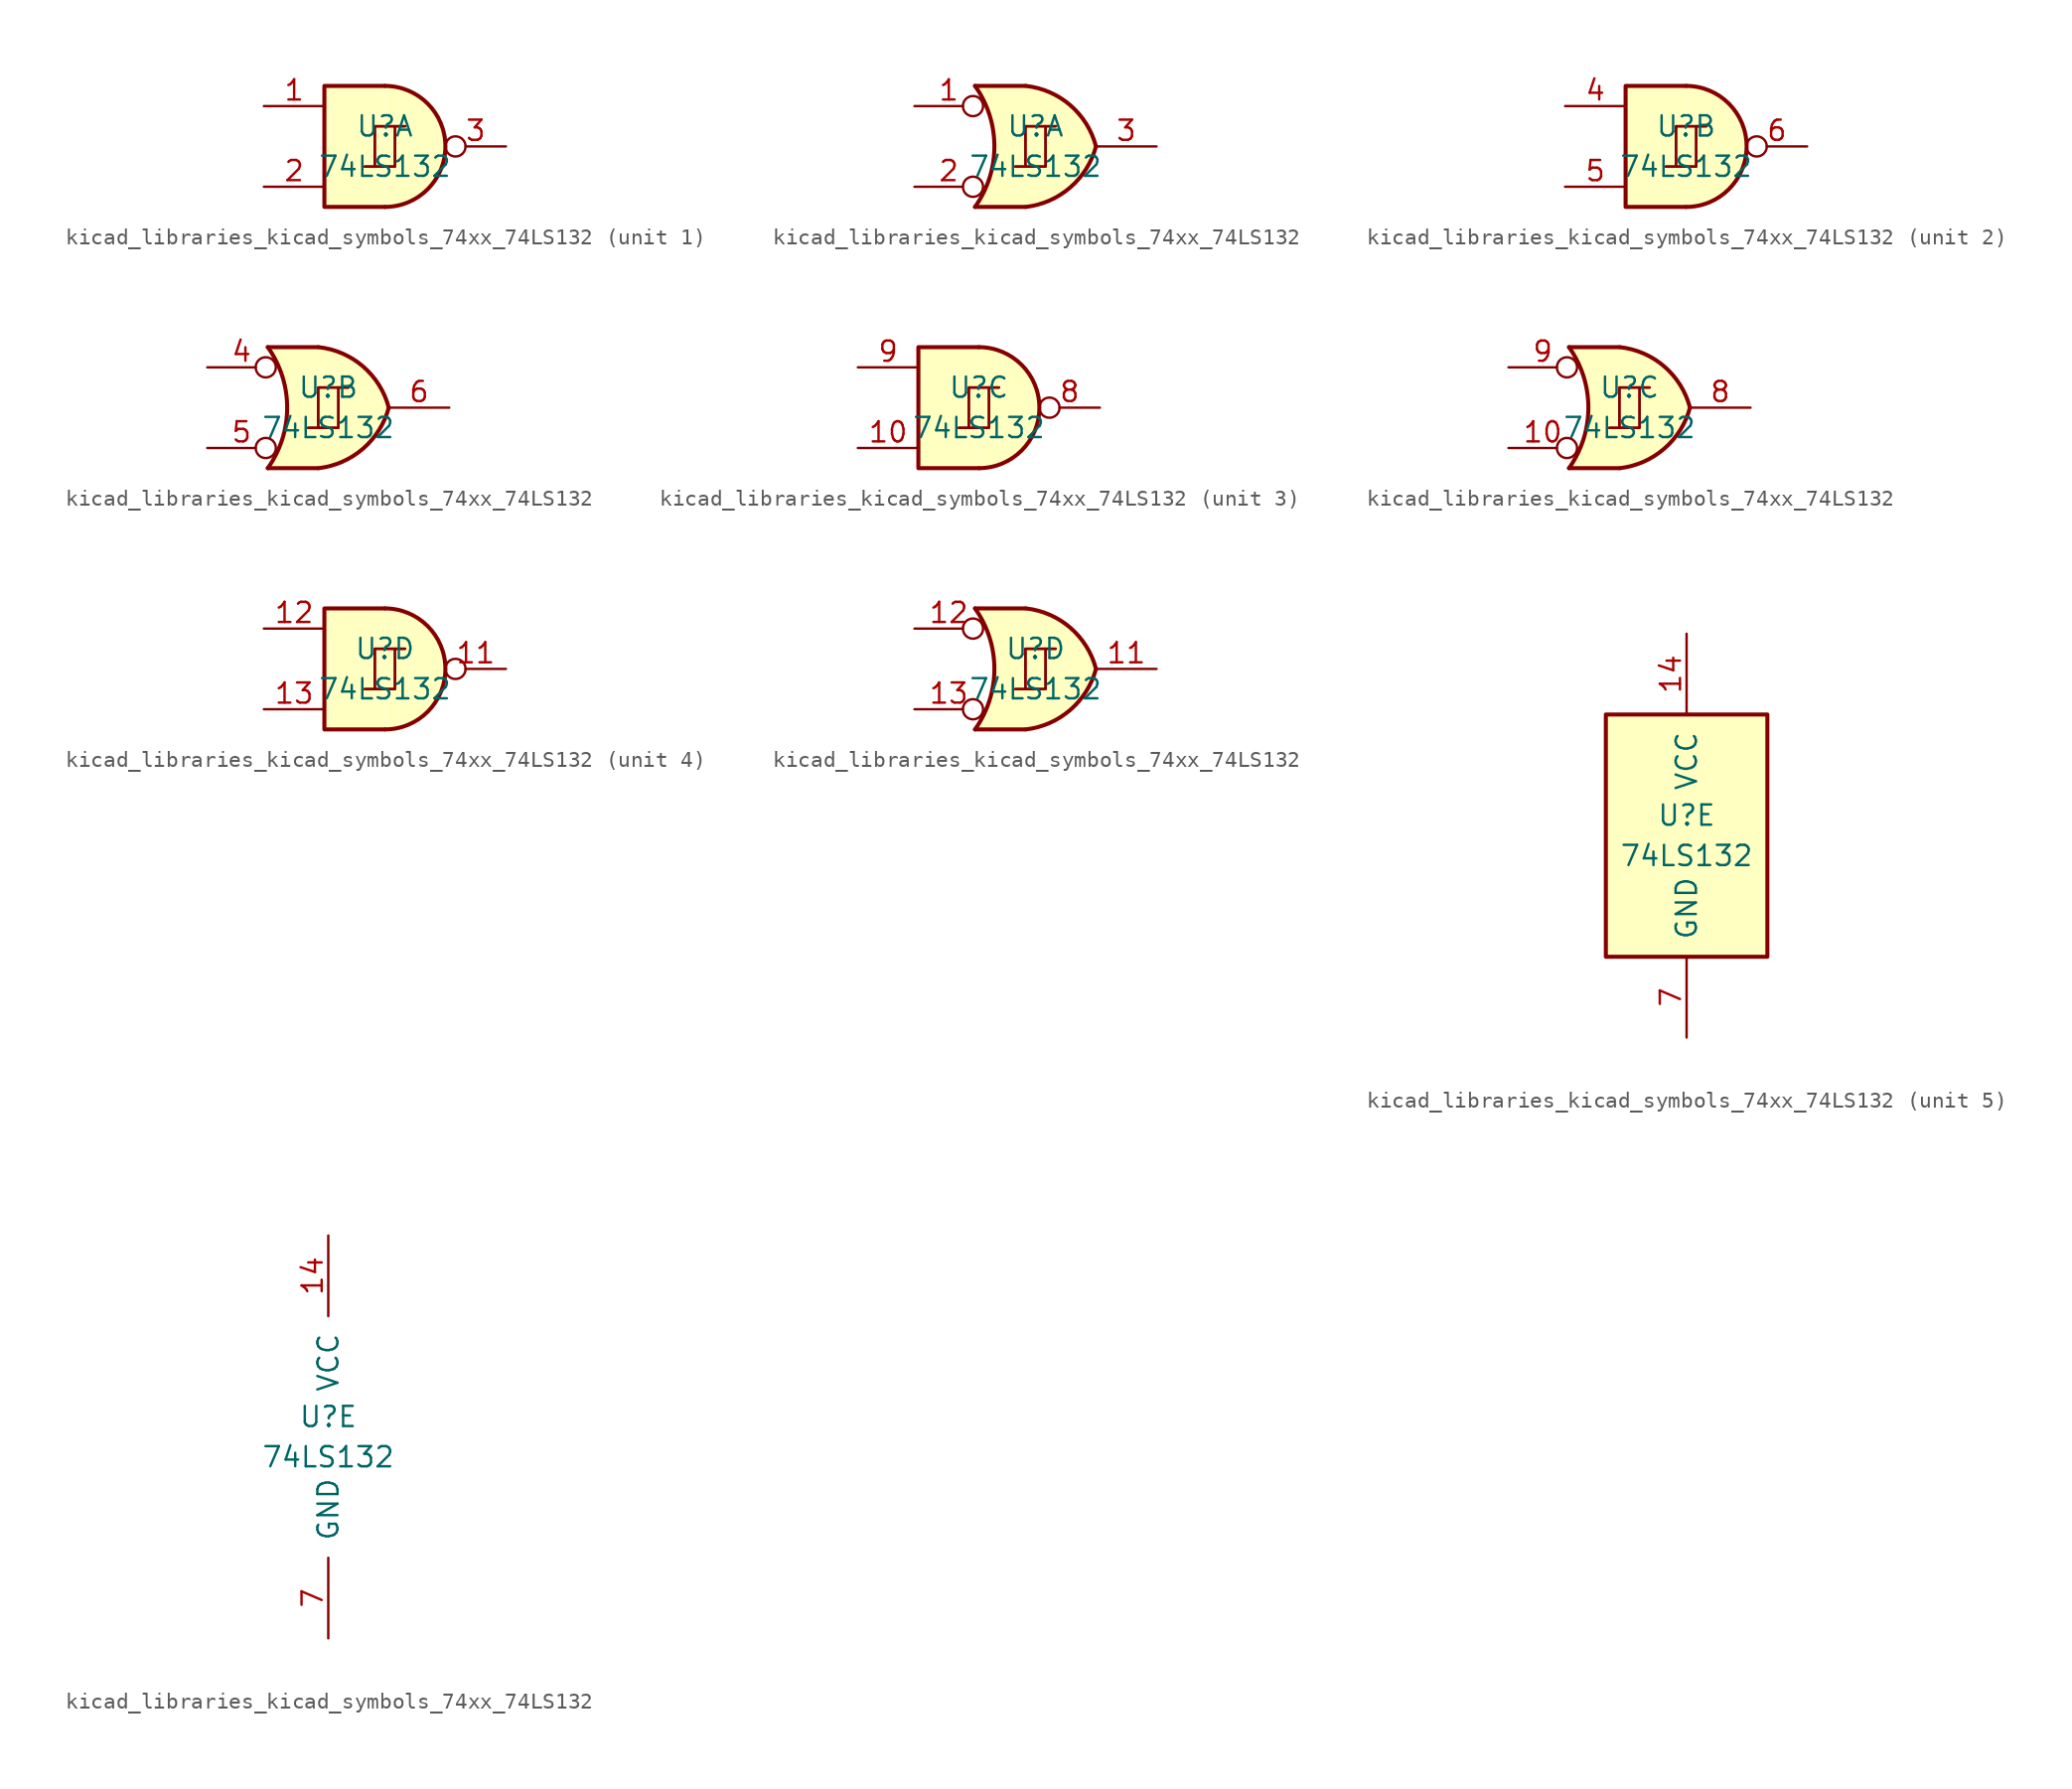
<source format=kicad_sym>
(kicad_symbol_lib
  (version 20220914)
  (generator kicad_symbol_editor)
  (symbol "kicad_libraries_kicad_symbols_74xx_74LS132"
    (pin_names
      (offset 1.016))
    (property "Reference" "U"
      (at 0 1.27 0)
      (effects (font (size 1.27 1.27))))
    (property "Value" "74LS132"
      (at 0 -1.27 0)
      (effects (font (size 1.27 1.27))))
    (property "ki_locked" ""
      (at 0 0 0)
      (effects (font (size 1.27 1.27))))
    (symbol "kicad_libraries_kicad_symbols_74xx_74LS132_1_0"
      (polyline (pts (xy -0.635 -1.27) (xy -0.635 1.27) (xy 0.635 1.27)) (stroke (width 0) (type default)) (fill (type none)))
      (polyline (pts (xy -0.635 -1.27) (xy -0.635 1.27) (xy 0.635 1.27)) (stroke (width 0) (type default)) (fill (type none)))
      (polyline (pts (xy -1.27 -1.27) (xy 0.635 -1.27) (xy 0.635 1.27) (xy 1.27 1.27)) (stroke (width 0) (type default)) (fill (type none)))
      (polyline (pts (xy -1.27 -1.27) (xy 0.635 -1.27) (xy 0.635 1.27) (xy 1.27 1.27)) (stroke (width 0) (type default)) (fill (type none))))
    (symbol "kicad_libraries_kicad_symbols_74xx_74LS132_1_1"
      (arc (start 0 -3.81) (mid 3.7934 0) (end 0 3.81) (stroke (width 0.254) (type default)) (fill (type background)))
      (polyline (pts (xy 0 3.81) (xy -3.81 3.81) (xy -3.81 -3.81) (xy 0 -3.81)) (stroke (width 0.254) (type default)) (fill (type background)))
      (pin input line (at -7.62 2.54 0) (length 3.81) (name "~" (effects (font (size 1.27 1.27)))) (number "1" (effects (font (size 1.27 1.27)))))
      (pin input line (at -7.62 -2.54 0) (length 3.81) (name "~" (effects (font (size 1.27 1.27)))) (number "2" (effects (font (size 1.27 1.27)))))
      (pin output inverted (at 7.62 0 180) (length 3.81) (name "~" (effects (font (size 1.27 1.27)))) (number "3" (effects (font (size 1.27 1.27))))))
    (symbol "kicad_libraries_kicad_symbols_74xx_74LS132_1_2"
      (arc (start -3.81 -3.81) (mid -2.589 0) (end -3.81 3.81) (stroke (width 0.254) (type default)) (fill (type none)))
      (arc (start -0.6096 -3.81) (mid 2.1842 -2.5851) (end 3.81 0) (stroke (width 0.254) (type default)) (fill (type background)))
      (polyline (pts (xy -3.81 -3.81) (xy -0.635 -3.81)) (stroke (width 0.254) (type default)) (fill (type background)))
      (polyline (pts (xy -3.81 3.81) (xy -0.635 3.81)) (stroke (width 0.254) (type default)) (fill (type background)))
      (polyline (pts (xy -0.635 3.81) (xy -3.81 3.81) (xy -3.81 3.81) (xy -3.556 3.404) (xy -3.023 2.261) (xy -2.692 1.041) (xy -2.616 -0.254) (xy -2.769 -1.499) (xy -3.175 -2.718) (xy -3.81 -3.81) (xy -3.81 -3.81) (xy -0.635 -3.81)) (stroke (width -25.4) (type default)) (fill (type background)))
      (arc (start 3.81 0) (mid 2.1915 2.5936) (end -0.6096 3.81) (stroke (width 0.254) (type default)) (fill (type background)))
      (pin input inverted (at -7.62 2.54 0) (length 4.318) (name "~" (effects (font (size 1.27 1.27)))) (number "1" (effects (font (size 1.27 1.27)))))
      (pin input inverted (at -7.62 -2.54 0) (length 4.318) (name "~" (effects (font (size 1.27 1.27)))) (number "2" (effects (font (size 1.27 1.27)))))
      (pin output line (at 7.62 0 180) (length 3.81) (name "~" (effects (font (size 1.27 1.27)))) (number "3" (effects (font (size 1.27 1.27))))))
    (symbol "kicad_libraries_kicad_symbols_74xx_74LS132_2_0"
      (polyline (pts (xy -0.635 -1.27) (xy -0.635 1.27) (xy 0.635 1.27)) (stroke (width 0) (type default)) (fill (type none)))
      (polyline (pts (xy -0.635 -1.27) (xy -0.635 1.27) (xy 0.635 1.27)) (stroke (width 0) (type default)) (fill (type none)))
      (polyline (pts (xy -1.27 -1.27) (xy 0.635 -1.27) (xy 0.635 1.27) (xy 1.27 1.27)) (stroke (width 0) (type default)) (fill (type none)))
      (polyline (pts (xy -1.27 -1.27) (xy 0.635 -1.27) (xy 0.635 1.27) (xy 1.27 1.27)) (stroke (width 0) (type default)) (fill (type none))))
    (symbol "kicad_libraries_kicad_symbols_74xx_74LS132_2_1"
      (arc (start 0 -3.81) (mid 3.7934 0) (end 0 3.81) (stroke (width 0.254) (type default)) (fill (type background)))
      (polyline (pts (xy 0 3.81) (xy -3.81 3.81) (xy -3.81 -3.81) (xy 0 -3.81)) (stroke (width 0.254) (type default)) (fill (type background)))
      (pin input line (at -7.62 2.54 0) (length 3.81) (name "~" (effects (font (size 1.27 1.27)))) (number "4" (effects (font (size 1.27 1.27)))))
      (pin input line (at -7.62 -2.54 0) (length 3.81) (name "~" (effects (font (size 1.27 1.27)))) (number "5" (effects (font (size 1.27 1.27)))))
      (pin output inverted (at 7.62 0 180) (length 3.81) (name "~" (effects (font (size 1.27 1.27)))) (number "6" (effects (font (size 1.27 1.27))))))
    (symbol "kicad_libraries_kicad_symbols_74xx_74LS132_2_2"
      (arc (start -3.81 -3.81) (mid -2.589 0) (end -3.81 3.81) (stroke (width 0.254) (type default)) (fill (type none)))
      (arc (start -0.6096 -3.81) (mid 2.1842 -2.5851) (end 3.81 0) (stroke (width 0.254) (type default)) (fill (type background)))
      (polyline (pts (xy -3.81 -3.81) (xy -0.635 -3.81)) (stroke (width 0.254) (type default)) (fill (type background)))
      (polyline (pts (xy -3.81 3.81) (xy -0.635 3.81)) (stroke (width 0.254) (type default)) (fill (type background)))
      (polyline (pts (xy -0.635 3.81) (xy -3.81 3.81) (xy -3.81 3.81) (xy -3.556 3.404) (xy -3.023 2.261) (xy -2.692 1.041) (xy -2.616 -0.254) (xy -2.769 -1.499) (xy -3.175 -2.718) (xy -3.81 -3.81) (xy -3.81 -3.81) (xy -0.635 -3.81)) (stroke (width -25.4) (type default)) (fill (type background)))
      (arc (start 3.81 0) (mid 2.1915 2.5936) (end -0.6096 3.81) (stroke (width 0.254) (type default)) (fill (type background)))
      (pin input inverted (at -7.62 2.54 0) (length 4.318) (name "~" (effects (font (size 1.27 1.27)))) (number "4" (effects (font (size 1.27 1.27)))))
      (pin input inverted (at -7.62 -2.54 0) (length 4.318) (name "~" (effects (font (size 1.27 1.27)))) (number "5" (effects (font (size 1.27 1.27)))))
      (pin output line (at 7.62 0 180) (length 3.81) (name "~" (effects (font (size 1.27 1.27)))) (number "6" (effects (font (size 1.27 1.27))))))
    (symbol "kicad_libraries_kicad_symbols_74xx_74LS132_3_0"
      (polyline (pts (xy -0.635 -1.27) (xy -0.635 1.27) (xy 0.635 1.27)) (stroke (width 0) (type default)) (fill (type none)))
      (polyline (pts (xy -0.635 -1.27) (xy -0.635 1.27) (xy 0.635 1.27)) (stroke (width 0) (type default)) (fill (type none)))
      (polyline (pts (xy -1.27 -1.27) (xy 0.635 -1.27) (xy 0.635 1.27) (xy 1.27 1.27)) (stroke (width 0) (type default)) (fill (type none)))
      (polyline (pts (xy -1.27 -1.27) (xy 0.635 -1.27) (xy 0.635 1.27) (xy 1.27 1.27)) (stroke (width 0) (type default)) (fill (type none))))
    (symbol "kicad_libraries_kicad_symbols_74xx_74LS132_3_1"
      (arc (start 0 -3.81) (mid 3.7934 0) (end 0 3.81) (stroke (width 0.254) (type default)) (fill (type background)))
      (polyline (pts (xy 0 3.81) (xy -3.81 3.81) (xy -3.81 -3.81) (xy 0 -3.81)) (stroke (width 0.254) (type default)) (fill (type background)))
      (pin input line (at -7.62 -2.54 0) (length 3.81) (name "~" (effects (font (size 1.27 1.27)))) (number "10" (effects (font (size 1.27 1.27)))))
      (pin output inverted (at 7.62 0 180) (length 3.81) (name "~" (effects (font (size 1.27 1.27)))) (number "8" (effects (font (size 1.27 1.27)))))
      (pin input line (at -7.62 2.54 0) (length 3.81) (name "~" (effects (font (size 1.27 1.27)))) (number "9" (effects (font (size 1.27 1.27))))))
    (symbol "kicad_libraries_kicad_symbols_74xx_74LS132_3_2"
      (arc (start -3.81 -3.81) (mid -2.589 0) (end -3.81 3.81) (stroke (width 0.254) (type default)) (fill (type none)))
      (arc (start -0.6096 -3.81) (mid 2.1842 -2.5851) (end 3.81 0) (stroke (width 0.254) (type default)) (fill (type background)))
      (polyline (pts (xy -3.81 -3.81) (xy -0.635 -3.81)) (stroke (width 0.254) (type default)) (fill (type background)))
      (polyline (pts (xy -3.81 3.81) (xy -0.635 3.81)) (stroke (width 0.254) (type default)) (fill (type background)))
      (polyline (pts (xy -0.635 3.81) (xy -3.81 3.81) (xy -3.81 3.81) (xy -3.556 3.404) (xy -3.023 2.261) (xy -2.692 1.041) (xy -2.616 -0.254) (xy -2.769 -1.499) (xy -3.175 -2.718) (xy -3.81 -3.81) (xy -3.81 -3.81) (xy -0.635 -3.81)) (stroke (width -25.4) (type default)) (fill (type background)))
      (arc (start 3.81 0) (mid 2.1915 2.5936) (end -0.6096 3.81) (stroke (width 0.254) (type default)) (fill (type background)))
      (pin input inverted (at -7.62 -2.54 0) (length 4.318) (name "~" (effects (font (size 1.27 1.27)))) (number "10" (effects (font (size 1.27 1.27)))))
      (pin output line (at 7.62 0 180) (length 3.81) (name "~" (effects (font (size 1.27 1.27)))) (number "8" (effects (font (size 1.27 1.27)))))
      (pin input inverted (at -7.62 2.54 0) (length 4.318) (name "~" (effects (font (size 1.27 1.27)))) (number "9" (effects (font (size 1.27 1.27))))))
    (symbol "kicad_libraries_kicad_symbols_74xx_74LS132_4_0"
      (polyline (pts (xy -0.635 -1.27) (xy -0.635 1.27) (xy 0.635 1.27)) (stroke (width 0) (type default)) (fill (type none)))
      (polyline (pts (xy -0.635 -1.27) (xy -0.635 1.27) (xy 0.635 1.27)) (stroke (width 0) (type default)) (fill (type none)))
      (polyline (pts (xy -1.27 -1.27) (xy 0.635 -1.27) (xy 0.635 1.27) (xy 1.27 1.27)) (stroke (width 0) (type default)) (fill (type none)))
      (polyline (pts (xy -1.27 -1.27) (xy 0.635 -1.27) (xy 0.635 1.27) (xy 1.27 1.27)) (stroke (width 0) (type default)) (fill (type none))))
    (symbol "kicad_libraries_kicad_symbols_74xx_74LS132_4_1"
      (arc (start 0 -3.81) (mid 3.7934 0) (end 0 3.81) (stroke (width 0.254) (type default)) (fill (type background)))
      (polyline (pts (xy 0 3.81) (xy -3.81 3.81) (xy -3.81 -3.81) (xy 0 -3.81)) (stroke (width 0.254) (type default)) (fill (type background)))
      (pin output inverted (at 7.62 0 180) (length 3.81) (name "~" (effects (font (size 1.27 1.27)))) (number "11" (effects (font (size 1.27 1.27)))))
      (pin input line (at -7.62 2.54 0) (length 3.81) (name "~" (effects (font (size 1.27 1.27)))) (number "12" (effects (font (size 1.27 1.27)))))
      (pin input line (at -7.62 -2.54 0) (length 3.81) (name "~" (effects (font (size 1.27 1.27)))) (number "13" (effects (font (size 1.27 1.27))))))
    (symbol "kicad_libraries_kicad_symbols_74xx_74LS132_4_2"
      (arc (start -3.81 -3.81) (mid -2.589 0) (end -3.81 3.81) (stroke (width 0.254) (type default)) (fill (type none)))
      (arc (start -0.6096 -3.81) (mid 2.1842 -2.5851) (end 3.81 0) (stroke (width 0.254) (type default)) (fill (type background)))
      (polyline (pts (xy -3.81 -3.81) (xy -0.635 -3.81)) (stroke (width 0.254) (type default)) (fill (type background)))
      (polyline (pts (xy -3.81 3.81) (xy -0.635 3.81)) (stroke (width 0.254) (type default)) (fill (type background)))
      (polyline (pts (xy -0.635 3.81) (xy -3.81 3.81) (xy -3.81 3.81) (xy -3.556 3.404) (xy -3.023 2.261) (xy -2.692 1.041) (xy -2.616 -0.254) (xy -2.769 -1.499) (xy -3.175 -2.718) (xy -3.81 -3.81) (xy -3.81 -3.81) (xy -0.635 -3.81)) (stroke (width -25.4) (type default)) (fill (type background)))
      (arc (start 3.81 0) (mid 2.1915 2.5936) (end -0.6096 3.81) (stroke (width 0.254) (type default)) (fill (type background)))
      (pin output line (at 7.62 0 180) (length 3.81) (name "~" (effects (font (size 1.27 1.27)))) (number "11" (effects (font (size 1.27 1.27)))))
      (pin input inverted (at -7.62 2.54 0) (length 4.318) (name "~" (effects (font (size 1.27 1.27)))) (number "12" (effects (font (size 1.27 1.27)))))
      (pin input inverted (at -7.62 -2.54 0) (length 4.318) (name "~" (effects (font (size 1.27 1.27)))) (number "13" (effects (font (size 1.27 1.27))))))
    (symbol "kicad_libraries_kicad_symbols_74xx_74LS132_5_0"
      (pin power_in line (at 0 12.7 270) (length 5.08) (name "VCC" (effects (font (size 1.27 1.27)))) (number "14" (effects (font (size 1.27 1.27)))))
      (pin power_in line (at 0 -12.7 90) (length 5.08) (name "GND" (effects (font (size 1.27 1.27)))) (number "7" (effects (font (size 1.27 1.27))))))
    (symbol "kicad_libraries_kicad_symbols_74xx_74LS132_5_1"
      (rectangle (start -5.08 7.62) (end 5.08 -7.62) (stroke (width 0.254) (type default)) (fill (type background))))))
</source>
